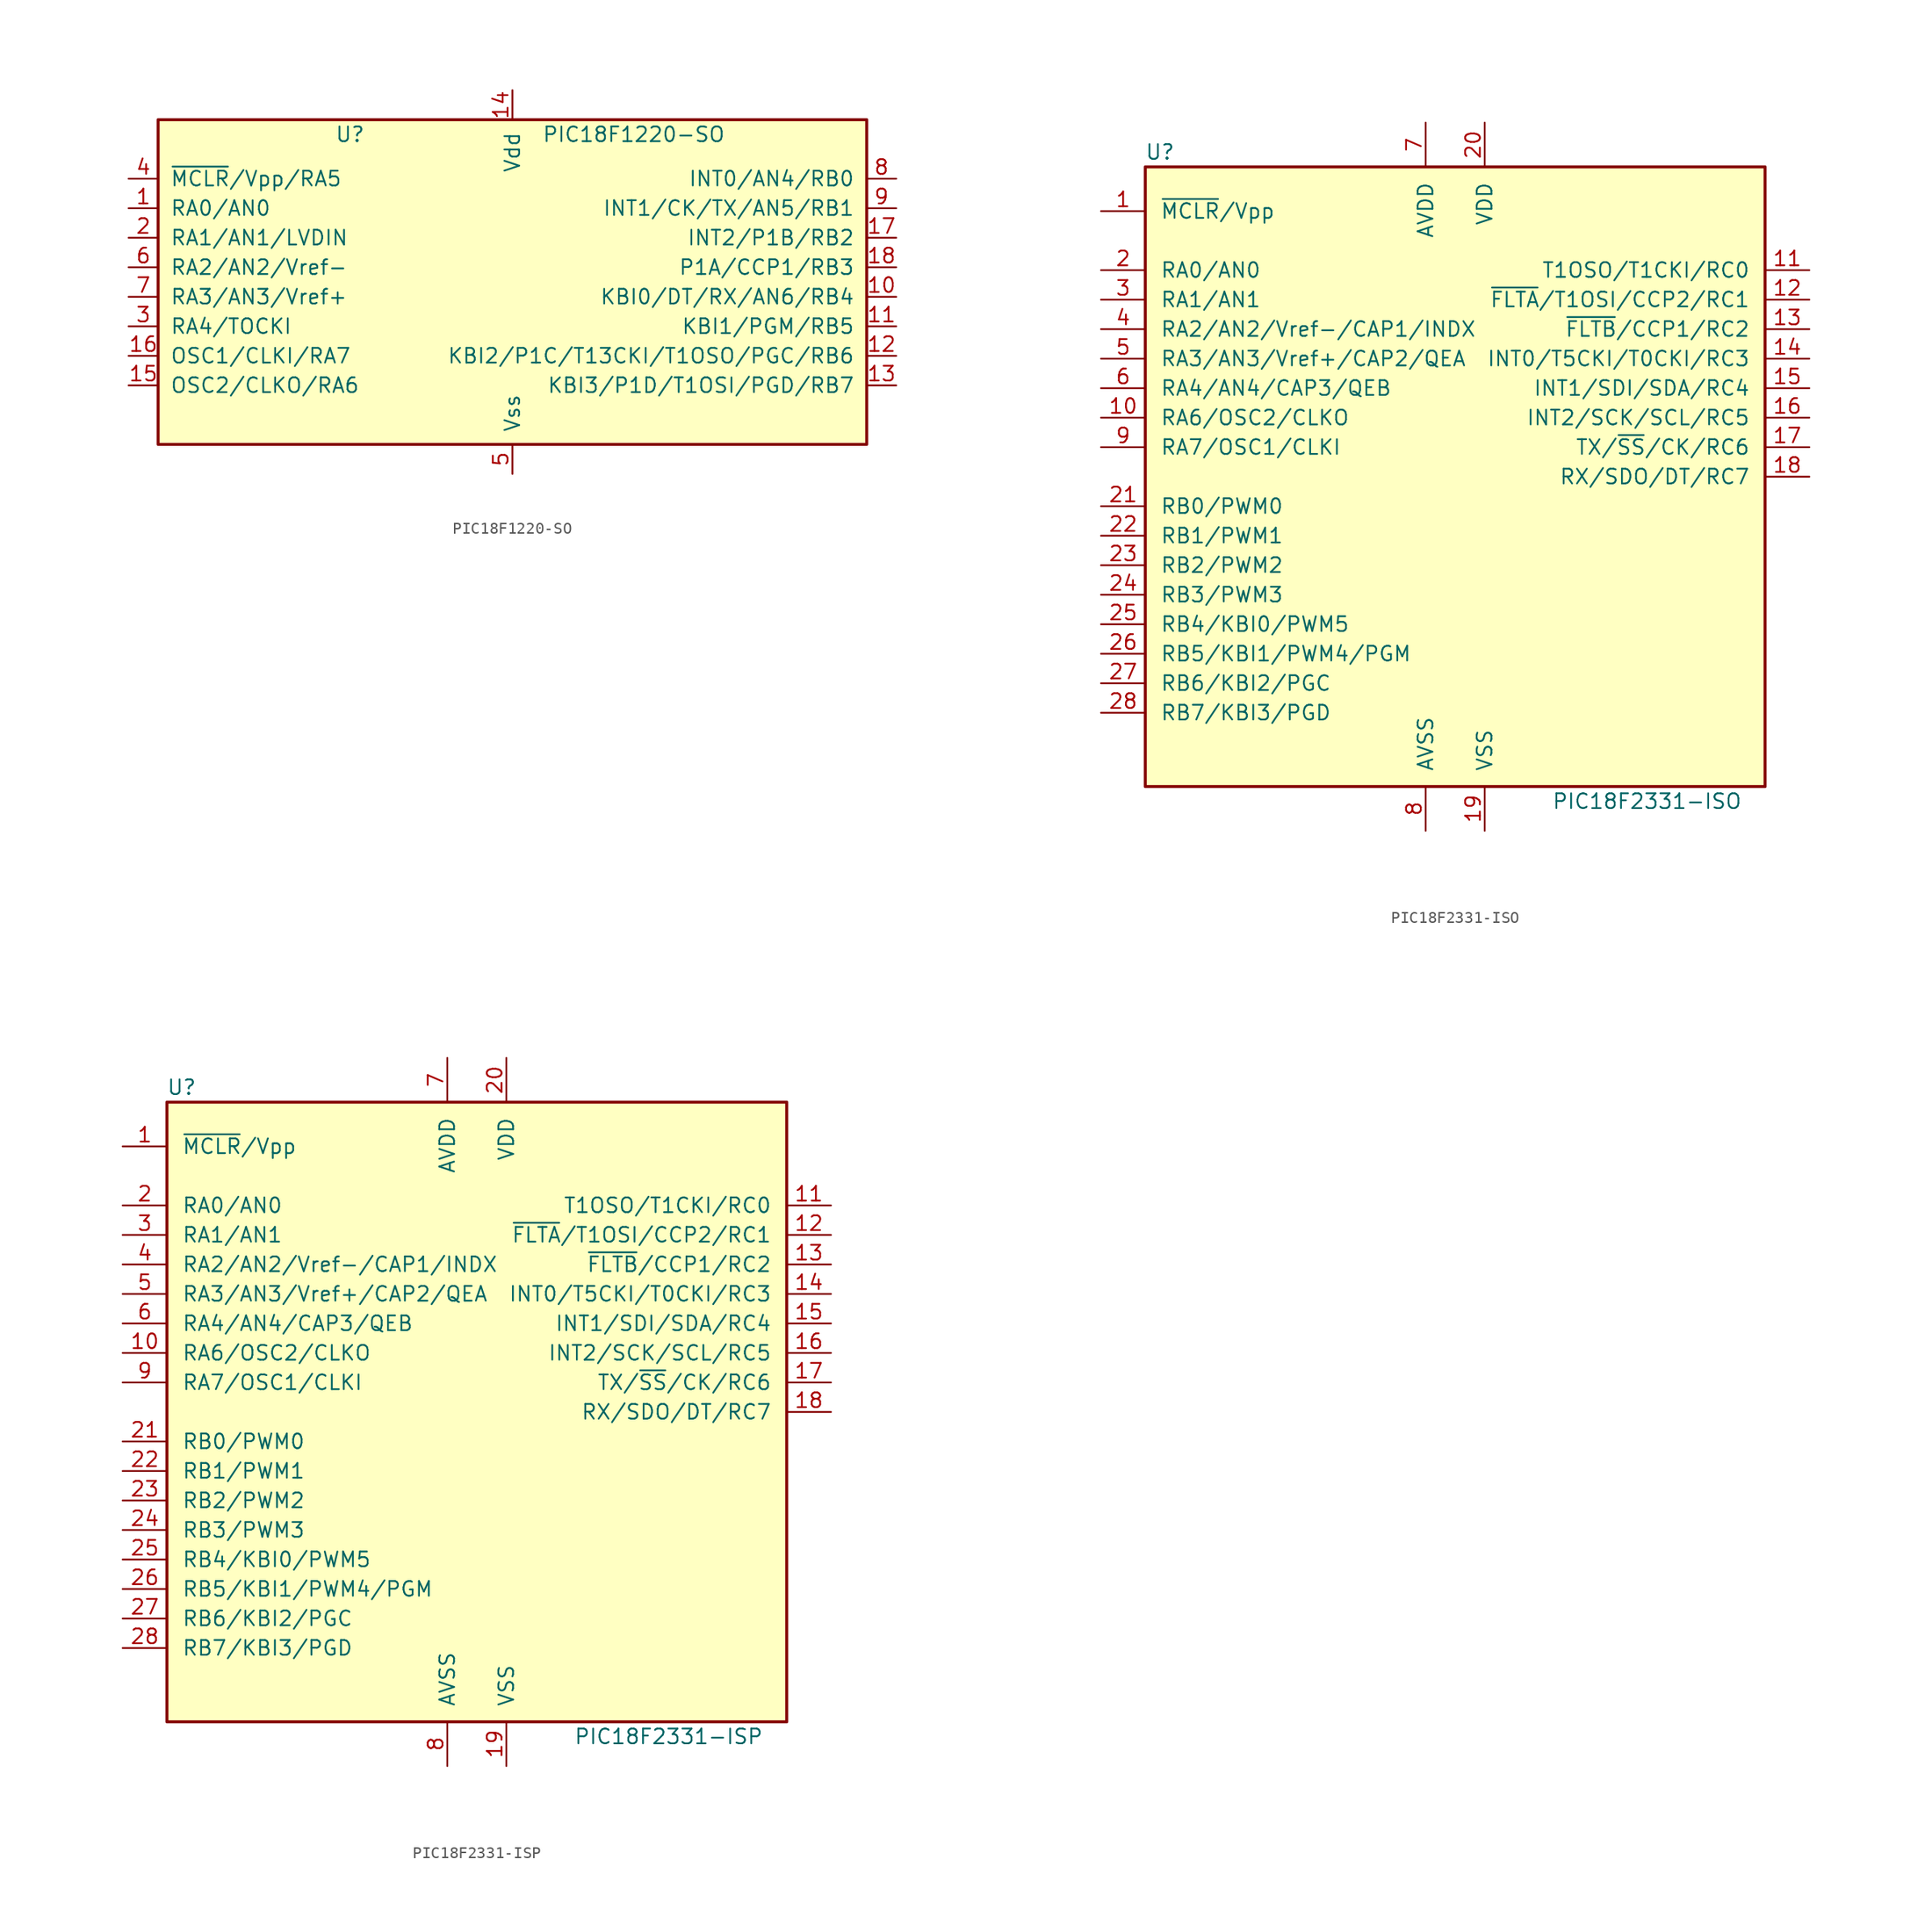
<source format=kicad_sym>
(kicad_symbol_lib
  (version 20241209)
  (generator "kicad_symbol_editor")
  (generator_version "9.0")
  (symbol "PIC18F1220-SO"
    (pin_names
      (offset 1.016))
    (property "Reference" "U"
      (at -13.97 13.97 0)
      (effects (font (size 1.27 1.27))))
    (property "Value" "PIC18F1220-SO"
      (at 2.54 13.97 0)
      (effects (font (size 1.27 1.27)) (justify left)))
    (symbol "PIC18F1220-SO_0_1"
      (rectangle (start -30.48 15.24) (end 30.48 -12.7) (stroke (width 0.254) (type default)) (fill (type background))))
    (symbol "PIC18F1220-SO_1_1"
      (pin input line (at -33.02 10.16 0) (length 2.54) (name "~{MCLR}/Vpp/RA5" (effects (font (size 1.27 1.27)))) (number "4" (effects (font (size 1.27 1.27)))))
      (pin input line (at -33.02 7.62 0) (length 2.54) (name "RA0/AN0" (effects (font (size 1.27 1.27)))) (number "1" (effects (font (size 1.27 1.27)))))
      (pin input line (at -33.02 5.08 0) (length 2.54) (name "RA1/AN1/LVDIN" (effects (font (size 1.27 1.27)))) (number "2" (effects (font (size 1.27 1.27)))))
      (pin input line (at -33.02 2.54 0) (length 2.54) (name "RA2/AN2/Vref-" (effects (font (size 1.27 1.27)))) (number "6" (effects (font (size 1.27 1.27)))))
      (pin input line (at -33.02 0 0) (length 2.54) (name "RA3/AN3/Vref+" (effects (font (size 1.27 1.27)))) (number "7" (effects (font (size 1.27 1.27)))))
      (pin input line (at -33.02 -2.54 0) (length 2.54) (name "RA4/TOCKI" (effects (font (size 1.27 1.27)))) (number "3" (effects (font (size 1.27 1.27)))))
      (pin input line (at -33.02 -5.08 0) (length 2.54) (name "OSC1/CLKI/RA7" (effects (font (size 1.27 1.27)))) (number "16" (effects (font (size 1.27 1.27)))))
      (pin input line (at -33.02 -7.62 0) (length 2.54) (name "OSC2/CLKO/RA6" (effects (font (size 1.27 1.27)))) (number "15" (effects (font (size 1.27 1.27)))))
      (pin power_in line (at 0 17.78 270) (length 2.54) (name "Vdd" (effects (font (size 1.27 1.27)))) (number "14" (effects (font (size 1.27 1.27)))))
      (pin power_in line (at 0 -15.24 90) (length 2.54) (name "Vss" (effects (font (size 1.27 1.27)))) (number "5" (effects (font (size 1.27 1.27)))))
      (pin input line (at 33.02 10.16 180) (length 2.54) (name "INT0/AN4/RB0" (effects (font (size 1.27 1.27)))) (number "8" (effects (font (size 1.27 1.27)))))
      (pin input line (at 33.02 7.62 180) (length 2.54) (name "INT1/CK/TX/AN5/RB1" (effects (font (size 1.27 1.27)))) (number "9" (effects (font (size 1.27 1.27)))))
      (pin input line (at 33.02 5.08 180) (length 2.54) (name "INT2/P1B/RB2" (effects (font (size 1.27 1.27)))) (number "17" (effects (font (size 1.27 1.27)))))
      (pin input line (at 33.02 2.54 180) (length 2.54) (name "P1A/CCP1/RB3" (effects (font (size 1.27 1.27)))) (number "18" (effects (font (size 1.27 1.27)))))
      (pin input line (at 33.02 0 180) (length 2.54) (name "KBI0/DT/RX/AN6/RB4" (effects (font (size 1.27 1.27)))) (number "10" (effects (font (size 1.27 1.27)))))
      (pin input line (at 33.02 -2.54 180) (length 2.54) (name "KBI1/PGM/RB5" (effects (font (size 1.27 1.27)))) (number "11" (effects (font (size 1.27 1.27)))))
      (pin input line (at 33.02 -5.08 180) (length 2.54) (name "KBI2/P1C/T13CKI/T1OSO/PGC/RB6" (effects (font (size 1.27 1.27)))) (number "12" (effects (font (size 1.27 1.27)))))
      (pin input line (at 33.02 -7.62 180) (length 2.54) (name "KBI3/P1D/T1OSI/PGD/RB7" (effects (font (size 1.27 1.27)))) (number "13" (effects (font (size 1.27 1.27)))))))
  (symbol "PIC18F2331-ISO"
    (pin_names
      (offset 1.27))
    (property "Reference" "U"
      (at -25.4 27.94 0)
      (effects (font (size 1.27 1.27))))
    (property "Value" "PIC18F2331-ISO"
      (at 16.51 -27.94 0)
      (effects (font (size 1.27 1.27))))
    (symbol "PIC18F2331-ISO_0_1"
      (rectangle (start -26.67 26.67) (end 26.67 -26.67) (stroke (width 0.254) (type default)) (fill (type background))))
    (symbol "PIC18F2331-ISO_1_1"
      (pin input line (at -30.48 22.86 0) (length 3.81) (name "~{MCLR}/Vpp" (effects (font (size 1.27 1.27)))) (number "1" (effects (font (size 1.27 1.27)))))
      (pin bidirectional line (at -30.48 17.78 0) (length 3.81) (name "RA0/AN0" (effects (font (size 1.27 1.27)))) (number "2" (effects (font (size 1.27 1.27)))))
      (pin bidirectional line (at -30.48 15.24 0) (length 3.81) (name "RA1/AN1" (effects (font (size 1.27 1.27)))) (number "3" (effects (font (size 1.27 1.27)))))
      (pin bidirectional line (at -30.48 12.7 0) (length 3.81) (name "RA2/AN2/Vref-/CAP1/INDX" (effects (font (size 1.27 1.27)))) (number "4" (effects (font (size 1.27 1.27)))))
      (pin bidirectional line (at -30.48 10.16 0) (length 3.81) (name "RA3/AN3/Vref+/CAP2/QEA" (effects (font (size 1.27 1.27)))) (number "5" (effects (font (size 1.27 1.27)))))
      (pin bidirectional line (at -30.48 7.62 0) (length 3.81) (name "RA4/AN4/CAP3/QEB" (effects (font (size 1.27 1.27)))) (number "6" (effects (font (size 1.27 1.27)))))
      (pin bidirectional line (at -30.48 5.08 0) (length 3.81) (name "RA6/OSC2/CLKO" (effects (font (size 1.27 1.27)))) (number "10" (effects (font (size 1.27 1.27)))))
      (pin bidirectional line (at -30.48 2.54 0) (length 3.81) (name "RA7/OSC1/CLKI" (effects (font (size 1.27 1.27)))) (number "9" (effects (font (size 1.27 1.27)))))
      (pin bidirectional line (at -30.48 -2.54 0) (length 3.81) (name "RB0/PWM0" (effects (font (size 1.27 1.27)))) (number "21" (effects (font (size 1.27 1.27)))))
      (pin bidirectional line (at -30.48 -5.08 0) (length 3.81) (name "RB1/PWM1" (effects (font (size 1.27 1.27)))) (number "22" (effects (font (size 1.27 1.27)))))
      (pin bidirectional line (at -30.48 -7.62 0) (length 3.81) (name "RB2/PWM2" (effects (font (size 1.27 1.27)))) (number "23" (effects (font (size 1.27 1.27)))))
      (pin bidirectional line (at -30.48 -10.16 0) (length 3.81) (name "RB3/PWM3" (effects (font (size 1.27 1.27)))) (number "24" (effects (font (size 1.27 1.27)))))
      (pin bidirectional line (at -30.48 -12.7 0) (length 3.81) (name "RB4/KBI0/PWM5" (effects (font (size 1.27 1.27)))) (number "25" (effects (font (size 1.27 1.27)))))
      (pin bidirectional line (at -30.48 -15.24 0) (length 3.81) (name "RB5/KBI1/PWM4/PGM" (effects (font (size 1.27 1.27)))) (number "26" (effects (font (size 1.27 1.27)))))
      (pin bidirectional line (at -30.48 -17.78 0) (length 3.81) (name "RB6/KBI2/PGC" (effects (font (size 1.27 1.27)))) (number "27" (effects (font (size 1.27 1.27)))))
      (pin bidirectional line (at -30.48 -20.32 0) (length 3.81) (name "RB7/KBI3/PGD" (effects (font (size 1.27 1.27)))) (number "28" (effects (font (size 1.27 1.27)))))
      (pin power_in line (at -2.54 30.48 270) (length 3.81) (name "AVDD" (effects (font (size 1.27 1.27)))) (number "7" (effects (font (size 1.27 1.27)))))
      (pin power_in line (at -2.54 -30.48 90) (length 3.81) (name "AVSS" (effects (font (size 1.27 1.27)))) (number "8" (effects (font (size 1.27 1.27)))))
      (pin power_in line (at 2.54 30.48 270) (length 3.81) (name "VDD" (effects (font (size 1.27 1.27)))) (number "20" (effects (font (size 1.27 1.27)))))
      (pin power_in line (at 2.54 -30.48 90) (length 3.81) (name "VSS" (effects (font (size 1.27 1.27)))) (number "19" (effects (font (size 1.27 1.27)))))
      (pin bidirectional line (at 30.48 17.78 180) (length 3.81) (name "T1OSO/T1CKI/RC0" (effects (font (size 1.27 1.27)))) (number "11" (effects (font (size 1.27 1.27)))))
      (pin bidirectional line (at 30.48 15.24 180) (length 3.81) (name "~{FLTA}/T1OSI/CCP2/RC1" (effects (font (size 1.27 1.27)))) (number "12" (effects (font (size 1.27 1.27)))))
      (pin bidirectional line (at 30.48 12.7 180) (length 3.81) (name "~{FLTB}/CCP1/RC2" (effects (font (size 1.27 1.27)))) (number "13" (effects (font (size 1.27 1.27)))))
      (pin bidirectional line (at 30.48 10.16 180) (length 3.81) (name "INT0/T5CKI/T0CKI/RC3" (effects (font (size 1.27 1.27)))) (number "14" (effects (font (size 1.27 1.27)))))
      (pin bidirectional line (at 30.48 7.62 180) (length 3.81) (name "INT1/SDI/SDA/RC4" (effects (font (size 1.27 1.27)))) (number "15" (effects (font (size 1.27 1.27)))))
      (pin bidirectional line (at 30.48 5.08 180) (length 3.81) (name "INT2/SCK/SCL/RC5" (effects (font (size 1.27 1.27)))) (number "16" (effects (font (size 1.27 1.27)))))
      (pin bidirectional line (at 30.48 2.54 180) (length 3.81) (name "TX/~{SS}/CK/RC6" (effects (font (size 1.27 1.27)))) (number "17" (effects (font (size 1.27 1.27)))))
      (pin bidirectional line (at 30.48 0 180) (length 3.81) (name "RX/SDO/DT/RC7" (effects (font (size 1.27 1.27)))) (number "18" (effects (font (size 1.27 1.27)))))))
  (symbol "PIC18F2331-ISP"
    (pin_names
      (offset 1.27))
    (property "Reference" "U"
      (at -25.4 27.94 0)
      (effects (font (size 1.27 1.27))))
    (property "Value" "PIC18F2331-ISP"
      (at 16.51 -27.94 0)
      (effects (font (size 1.27 1.27))))
    (symbol "PIC18F2331-ISP_0_1"
      (rectangle (start -26.67 26.67) (end 26.67 -26.67) (stroke (width 0.254) (type default)) (fill (type background))))
    (symbol "PIC18F2331-ISP_1_1"
      (pin input line (at -30.48 22.86 0) (length 3.81) (name "~{MCLR}/Vpp" (effects (font (size 1.27 1.27)))) (number "1" (effects (font (size 1.27 1.27)))))
      (pin bidirectional line (at -30.48 17.78 0) (length 3.81) (name "RA0/AN0" (effects (font (size 1.27 1.27)))) (number "2" (effects (font (size 1.27 1.27)))))
      (pin bidirectional line (at -30.48 15.24 0) (length 3.81) (name "RA1/AN1" (effects (font (size 1.27 1.27)))) (number "3" (effects (font (size 1.27 1.27)))))
      (pin bidirectional line (at -30.48 12.7 0) (length 3.81) (name "RA2/AN2/Vref-/CAP1/INDX" (effects (font (size 1.27 1.27)))) (number "4" (effects (font (size 1.27 1.27)))))
      (pin bidirectional line (at -30.48 10.16 0) (length 3.81) (name "RA3/AN3/Vref+/CAP2/QEA" (effects (font (size 1.27 1.27)))) (number "5" (effects (font (size 1.27 1.27)))))
      (pin bidirectional line (at -30.48 7.62 0) (length 3.81) (name "RA4/AN4/CAP3/QEB" (effects (font (size 1.27 1.27)))) (number "6" (effects (font (size 1.27 1.27)))))
      (pin bidirectional line (at -30.48 5.08 0) (length 3.81) (name "RA6/OSC2/CLKO" (effects (font (size 1.27 1.27)))) (number "10" (effects (font (size 1.27 1.27)))))
      (pin bidirectional line (at -30.48 2.54 0) (length 3.81) (name "RA7/OSC1/CLKI" (effects (font (size 1.27 1.27)))) (number "9" (effects (font (size 1.27 1.27)))))
      (pin bidirectional line (at -30.48 -2.54 0) (length 3.81) (name "RB0/PWM0" (effects (font (size 1.27 1.27)))) (number "21" (effects (font (size 1.27 1.27)))))
      (pin bidirectional line (at -30.48 -5.08 0) (length 3.81) (name "RB1/PWM1" (effects (font (size 1.27 1.27)))) (number "22" (effects (font (size 1.27 1.27)))))
      (pin bidirectional line (at -30.48 -7.62 0) (length 3.81) (name "RB2/PWM2" (effects (font (size 1.27 1.27)))) (number "23" (effects (font (size 1.27 1.27)))))
      (pin bidirectional line (at -30.48 -10.16 0) (length 3.81) (name "RB3/PWM3" (effects (font (size 1.27 1.27)))) (number "24" (effects (font (size 1.27 1.27)))))
      (pin bidirectional line (at -30.48 -12.7 0) (length 3.81) (name "RB4/KBI0/PWM5" (effects (font (size 1.27 1.27)))) (number "25" (effects (font (size 1.27 1.27)))))
      (pin bidirectional line (at -30.48 -15.24 0) (length 3.81) (name "RB5/KBI1/PWM4/PGM" (effects (font (size 1.27 1.27)))) (number "26" (effects (font (size 1.27 1.27)))))
      (pin bidirectional line (at -30.48 -17.78 0) (length 3.81) (name "RB6/KBI2/PGC" (effects (font (size 1.27 1.27)))) (number "27" (effects (font (size 1.27 1.27)))))
      (pin bidirectional line (at -30.48 -20.32 0) (length 3.81) (name "RB7/KBI3/PGD" (effects (font (size 1.27 1.27)))) (number "28" (effects (font (size 1.27 1.27)))))
      (pin power_in line (at -2.54 30.48 270) (length 3.81) (name "AVDD" (effects (font (size 1.27 1.27)))) (number "7" (effects (font (size 1.27 1.27)))))
      (pin power_in line (at -2.54 -30.48 90) (length 3.81) (name "AVSS" (effects (font (size 1.27 1.27)))) (number "8" (effects (font (size 1.27 1.27)))))
      (pin power_in line (at 2.54 30.48 270) (length 3.81) (name "VDD" (effects (font (size 1.27 1.27)))) (number "20" (effects (font (size 1.27 1.27)))))
      (pin power_in line (at 2.54 -30.48 90) (length 3.81) (name "VSS" (effects (font (size 1.27 1.27)))) (number "19" (effects (font (size 1.27 1.27)))))
      (pin bidirectional line (at 30.48 17.78 180) (length 3.81) (name "T1OSO/T1CKI/RC0" (effects (font (size 1.27 1.27)))) (number "11" (effects (font (size 1.27 1.27)))))
      (pin bidirectional line (at 30.48 15.24 180) (length 3.81) (name "~{FLTA}/T1OSI/CCP2/RC1" (effects (font (size 1.27 1.27)))) (number "12" (effects (font (size 1.27 1.27)))))
      (pin bidirectional line (at 30.48 12.7 180) (length 3.81) (name "~{FLTB}/CCP1/RC2" (effects (font (size 1.27 1.27)))) (number "13" (effects (font (size 1.27 1.27)))))
      (pin bidirectional line (at 30.48 10.16 180) (length 3.81) (name "INT0/T5CKI/T0CKI/RC3" (effects (font (size 1.27 1.27)))) (number "14" (effects (font (size 1.27 1.27)))))
      (pin bidirectional line (at 30.48 7.62 180) (length 3.81) (name "INT1/SDI/SDA/RC4" (effects (font (size 1.27 1.27)))) (number "15" (effects (font (size 1.27 1.27)))))
      (pin bidirectional line (at 30.48 5.08 180) (length 3.81) (name "INT2/SCK/SCL/RC5" (effects (font (size 1.27 1.27)))) (number "16" (effects (font (size 1.27 1.27)))))
      (pin bidirectional line (at 30.48 2.54 180) (length 3.81) (name "TX/~{SS}/CK/RC6" (effects (font (size 1.27 1.27)))) (number "17" (effects (font (size 1.27 1.27)))))
      (pin bidirectional line (at 30.48 0 180) (length 3.81) (name "RX/SDO/DT/RC7" (effects (font (size 1.27 1.27)))) (number "18" (effects (font (size 1.27 1.27))))))))
</source>
